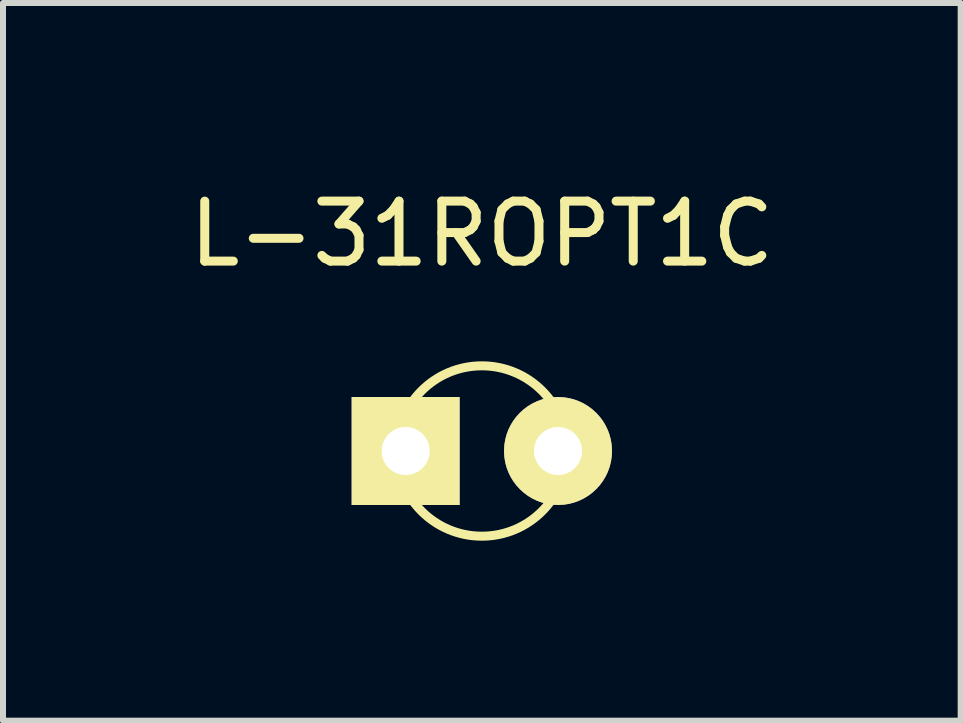
<source format=kicad_pcb>
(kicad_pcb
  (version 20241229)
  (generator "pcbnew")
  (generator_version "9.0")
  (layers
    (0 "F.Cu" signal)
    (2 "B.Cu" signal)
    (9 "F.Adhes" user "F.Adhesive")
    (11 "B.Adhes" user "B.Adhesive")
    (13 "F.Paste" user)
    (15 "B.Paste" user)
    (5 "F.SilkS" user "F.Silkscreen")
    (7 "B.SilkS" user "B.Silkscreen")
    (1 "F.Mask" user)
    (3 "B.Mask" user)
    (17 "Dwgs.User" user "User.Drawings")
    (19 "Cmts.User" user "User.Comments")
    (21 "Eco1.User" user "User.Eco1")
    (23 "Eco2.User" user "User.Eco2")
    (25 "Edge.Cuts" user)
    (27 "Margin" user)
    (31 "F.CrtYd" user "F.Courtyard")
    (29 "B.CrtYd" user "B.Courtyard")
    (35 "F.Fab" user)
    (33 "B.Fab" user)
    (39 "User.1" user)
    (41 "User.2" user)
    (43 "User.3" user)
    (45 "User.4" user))
  (footprint "L-31ROPT1C"
    (layer "F.Cu")
    (at 3.712 4.468)
    (property "Reference" "L-31ROPT1C" (at 1.27 -3.62 0) (layer "F.SilkS") (effects (font (size 1 1) (thickness 0.15))))
    (attr through_hole)
    (fp_circle (center 1.27 0) (end 1.27 -1.42) (stroke (width 0.15) (type solid)) (fill no) (layer "F.SilkS"))
    (pad "1" thru_hole rect (at 0 0) (size 1.8 1.8) (drill 0.8) (layers "*.Cu" "*.Mask" "F.SilkS"))
    (pad "2" thru_hole circle (at 2.54 0) (size 1.8 1.8) (drill 0.8) (layers "*.Cu" "*.Mask" "F.SilkS")))
  (gr_rect
    (start -3 -3)
    (end 12.964 8.963)
    (stroke (width 0.1) (type default))
    (fill no)
    (layer "Edge.Cuts")))
</source>
